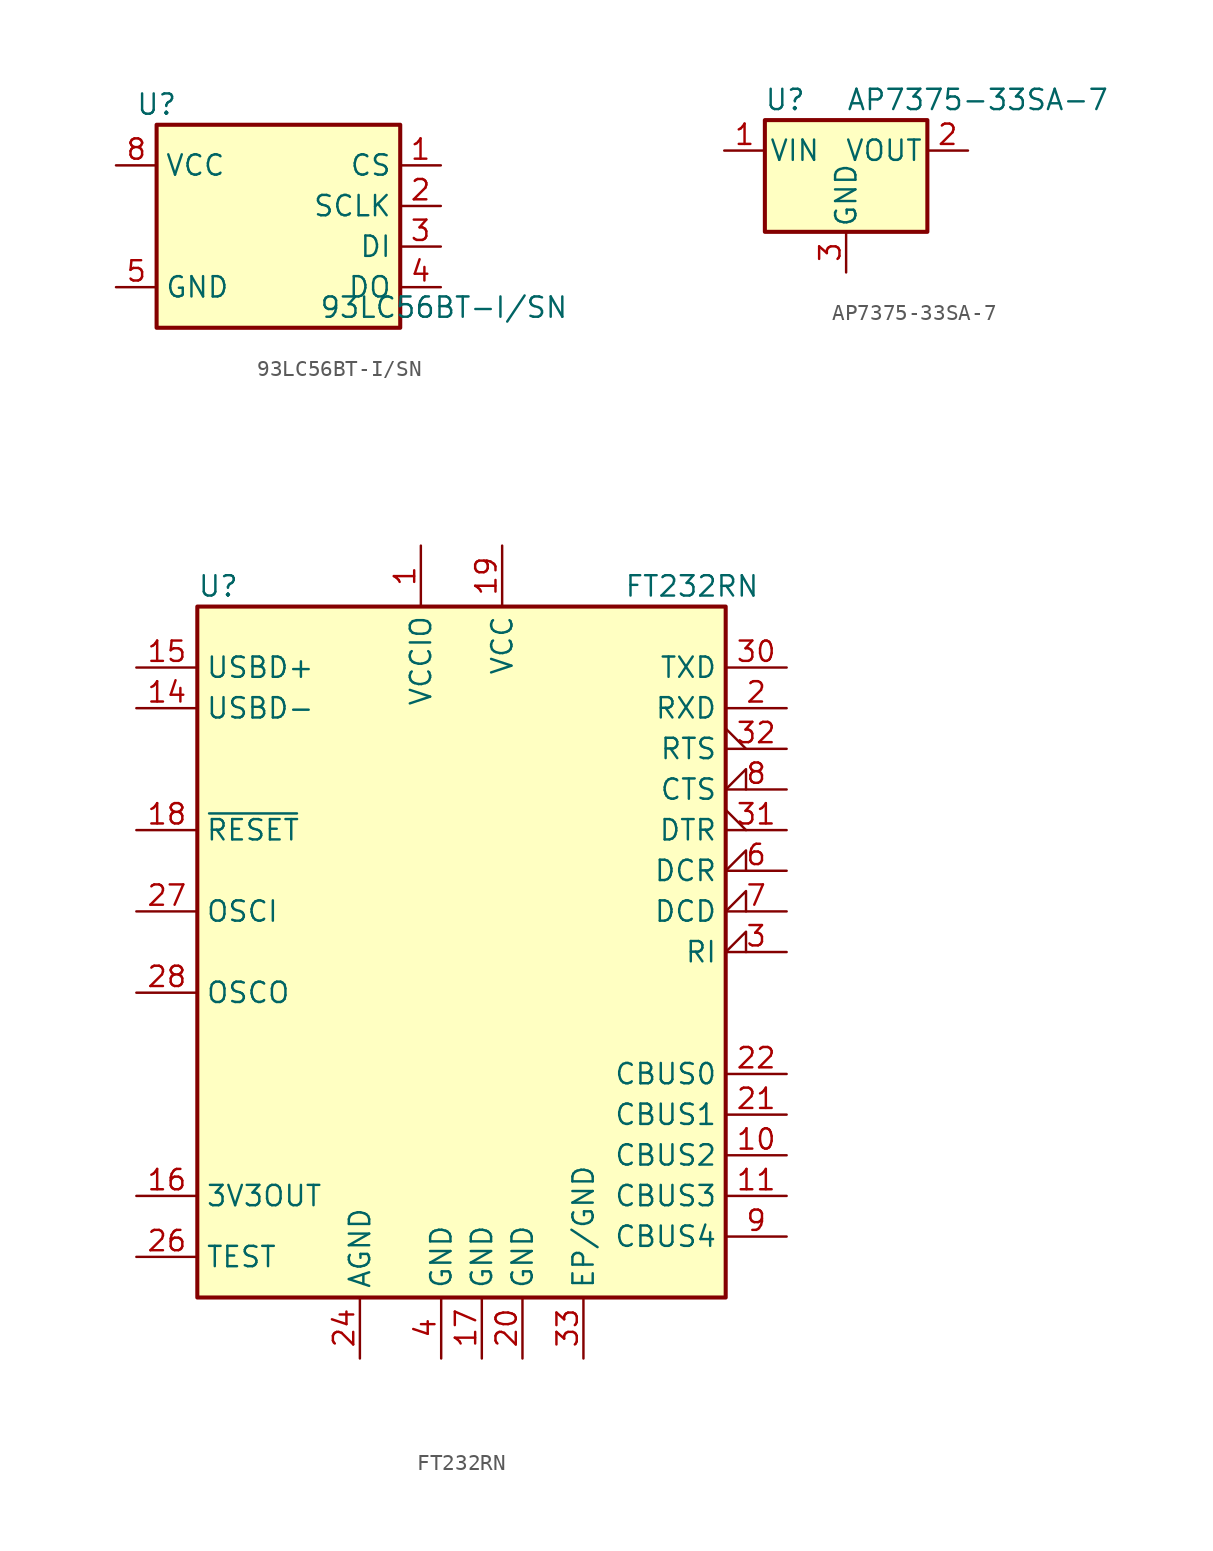
<source format=kicad_sym>
(kicad_symbol_lib
  (version 20241209)
  (generator "kicad_symbol_editor")
  (generator_version "9.0")
  (symbol "93LC56BT-I/SN"
    (property "Reference" "U"
      (at -7.62 6.35 0)
      (effects (font (size 1.27 1.27))))
    (property "Value" "93LC56BT-I/SN"
      (at 2.54 -6.35 0)
      (effects (font (size 1.27 1.27)) (justify left)))
    (symbol "93LC56BT-I/SN_1_1"
      (rectangle (start -7.62 5.08) (end 7.62 -7.62) (stroke (width 0.254) (type default)) (fill (type background)))
      (pin power_in line (at -10.16 2.54 0) (length 2.54) (name "VCC" (effects (font (size 1.27 1.27)))) (number "8" (effects (font (size 1.27 1.27)))))
      (pin power_in line (at -10.16 -5.08 0) (length 2.54) (name "GND" (effects (font (size 1.27 1.27)))) (number "5" (effects (font (size 1.27 1.27)))))
      (pin no_connect line (at -7.62 0 0) (length 2.54) (hide yes) (name "NC" (effects (font (size 1.27 1.27)))) (number "6" (effects (font (size 1.27 1.27)))))
      (pin no_connect line (at -7.62 -2.54 0) (length 2.54) (hide yes) (name "NC" (effects (font (size 1.27 1.27)))) (number "7" (effects (font (size 1.27 1.27)))))
      (pin input line (at 10.16 2.54 180) (length 2.54) (name "CS" (effects (font (size 1.27 1.27)))) (number "1" (effects (font (size 1.27 1.27)))))
      (pin input line (at 10.16 0 180) (length 2.54) (name "SCLK" (effects (font (size 1.27 1.27)))) (number "2" (effects (font (size 1.27 1.27)))))
      (pin input line (at 10.16 -2.54 180) (length 2.54) (name "DI" (effects (font (size 1.27 1.27)))) (number "3" (effects (font (size 1.27 1.27)))))
      (pin tri_state line (at 10.16 -5.08 180) (length 2.54) (name "DO" (effects (font (size 1.27 1.27)))) (number "4" (effects (font (size 1.27 1.27)))))))
  (symbol "AP7375-33SA-7"
    (pin_names
      (offset 0.254))
    (property "Reference" "U"
      (at -3.81 3.175 0)
      (effects (font (size 1.27 1.27))))
    (property "Value" "AP7375-33SA-7"
      (at 0 3.175 0)
      (effects (font (size 1.27 1.27)) (justify left)))
    (symbol "AP7375-33SA-7_0_1"
      (rectangle (start -5.08 1.905) (end 5.08 -5.08) (stroke (width 0.254) (type default)) (fill (type background))))
    (symbol "AP7375-33SA-7_1_1"
      (pin power_in line (at -7.62 0 0) (length 2.54) (name "VIN" (effects (font (size 1.27 1.27)))) (number "1" (effects (font (size 1.27 1.27)))))
      (pin power_in line (at 0 -7.62 90) (length 2.54) (name "GND" (effects (font (size 1.27 1.27)))) (number "3" (effects (font (size 1.27 1.27)))))
      (pin power_out line (at 7.62 0 180) (length 2.54) (name "VOUT" (effects (font (size 1.27 1.27)))) (number "2" (effects (font (size 1.27 1.27)))))))
  (symbol "FT232RN"
    (property "Reference" "U"
      (at -16.51 22.86 0)
      (effects (font (size 1.27 1.27)) (justify left)))
    (property "Value" "FT232RN"
      (at 10.16 22.86 0)
      (effects (font (size 1.27 1.27)) (justify left)))
    (symbol "FT232RN_0_1"
      (rectangle (start -16.51 21.59) (end 16.51 -21.59) (stroke (width 0.254) (type default)) (fill (type background))))
    (symbol "FT232RN_1_1"
      (pin bidirectional line (at -20.32 17.78 0) (length 3.81) (name "USBD+" (effects (font (size 1.27 1.27)))) (number "15" (effects (font (size 1.27 1.27)))))
      (pin bidirectional line (at -20.32 15.24 0) (length 3.81) (name "USBD-" (effects (font (size 1.27 1.27)))) (number "14" (effects (font (size 1.27 1.27)))))
      (pin input line (at -20.32 7.62 0) (length 3.81) (name "~{RESET}" (effects (font (size 1.27 1.27)))) (number "18" (effects (font (size 1.27 1.27)))))
      (pin input line (at -20.32 2.54 0) (length 3.81) (name "OSCI" (effects (font (size 1.27 1.27)))) (number "27" (effects (font (size 1.27 1.27)))))
      (pin output line (at -20.32 -2.54 0) (length 3.81) (name "OSCO" (effects (font (size 1.27 1.27)))) (number "28" (effects (font (size 1.27 1.27)))))
      (pin power_out line (at -20.32 -15.24 0) (length 3.81) (name "3V3OUT" (effects (font (size 1.27 1.27)))) (number "16" (effects (font (size 1.27 1.27)))))
      (pin input line (at -20.32 -19.05 0) (length 3.81) (name "TEST" (effects (font (size 1.27 1.27)))) (number "26" (effects (font (size 1.27 1.27)))))
      (pin power_in line (at -6.35 -25.4 90) (length 3.81) (name "AGND" (effects (font (size 1.27 1.27)))) (number "24" (effects (font (size 1.27 1.27)))))
      (pin power_in line (at -2.54 25.4 270) (length 3.81) (name "VCCIO" (effects (font (size 1.27 1.27)))) (number "1" (effects (font (size 1.27 1.27)))))
      (pin power_in line (at -1.27 -25.4 90) (length 3.81) (name "GND" (effects (font (size 1.27 1.27)))) (number "4" (effects (font (size 1.27 1.27)))))
      (pin power_in line (at 1.27 -25.4 90) (length 3.81) (name "GND" (effects (font (size 1.27 1.27)))) (number "17" (effects (font (size 1.27 1.27)))))
      (pin power_in line (at 2.54 25.4 270) (length 3.81) (name "VCC" (effects (font (size 1.27 1.27)))) (number "19" (effects (font (size 1.27 1.27)))))
      (pin power_in line (at 3.81 -25.4 90) (length 3.81) (name "GND" (effects (font (size 1.27 1.27)))) (number "20" (effects (font (size 1.27 1.27)))))
      (pin power_in line (at 7.62 -25.4 90) (length 3.81) (name "EP/GND" (effects (font (size 1.27 1.27)))) (number "33" (effects (font (size 1.27 1.27)))))
      (pin output line (at 20.32 17.78 180) (length 3.81) (name "TXD" (effects (font (size 1.27 1.27)))) (number "30" (effects (font (size 1.27 1.27)))))
      (pin input line (at 20.32 15.24 180) (length 3.81) (name "RXD" (effects (font (size 1.27 1.27)))) (number "2" (effects (font (size 1.27 1.27)))))
      (pin output output_low (at 20.32 12.7 180) (length 3.81) (name "RTS" (effects (font (size 1.27 1.27)))) (number "32" (effects (font (size 1.27 1.27)))))
      (pin input input_low (at 20.32 10.16 180) (length 3.81) (name "CTS" (effects (font (size 1.27 1.27)))) (number "8" (effects (font (size 1.27 1.27)))))
      (pin output output_low (at 20.32 7.62 180) (length 3.81) (name "DTR" (effects (font (size 1.27 1.27)))) (number "31" (effects (font (size 1.27 1.27)))))
      (pin input input_low (at 20.32 5.08 180) (length 3.81) (name "DCR" (effects (font (size 1.27 1.27)))) (number "6" (effects (font (size 1.27 1.27)))))
      (pin input input_low (at 20.32 2.54 180) (length 3.81) (name "DCD" (effects (font (size 1.27 1.27)))) (number "7" (effects (font (size 1.27 1.27)))))
      (pin input input_low (at 20.32 0 180) (length 3.81) (name "RI" (effects (font (size 1.27 1.27)))) (number "3" (effects (font (size 1.27 1.27)))))
      (pin bidirectional line (at 20.32 -7.62 180) (length 3.81) (name "CBUS0" (effects (font (size 1.27 1.27)))) (number "22" (effects (font (size 1.27 1.27)))))
      (pin bidirectional line (at 20.32 -10.16 180) (length 3.81) (name "CBUS1" (effects (font (size 1.27 1.27)))) (number "21" (effects (font (size 1.27 1.27)))))
      (pin bidirectional line (at 20.32 -12.7 180) (length 3.81) (name "CBUS2" (effects (font (size 1.27 1.27)))) (number "10" (effects (font (size 1.27 1.27)))))
      (pin bidirectional line (at 20.32 -15.24 180) (length 3.81) (name "CBUS3" (effects (font (size 1.27 1.27)))) (number "11" (effects (font (size 1.27 1.27)))))
      (pin bidirectional line (at 20.32 -17.78 180) (length 3.81) (name "CBUS4" (effects (font (size 1.27 1.27)))) (number "9" (effects (font (size 1.27 1.27))))))))
</source>
